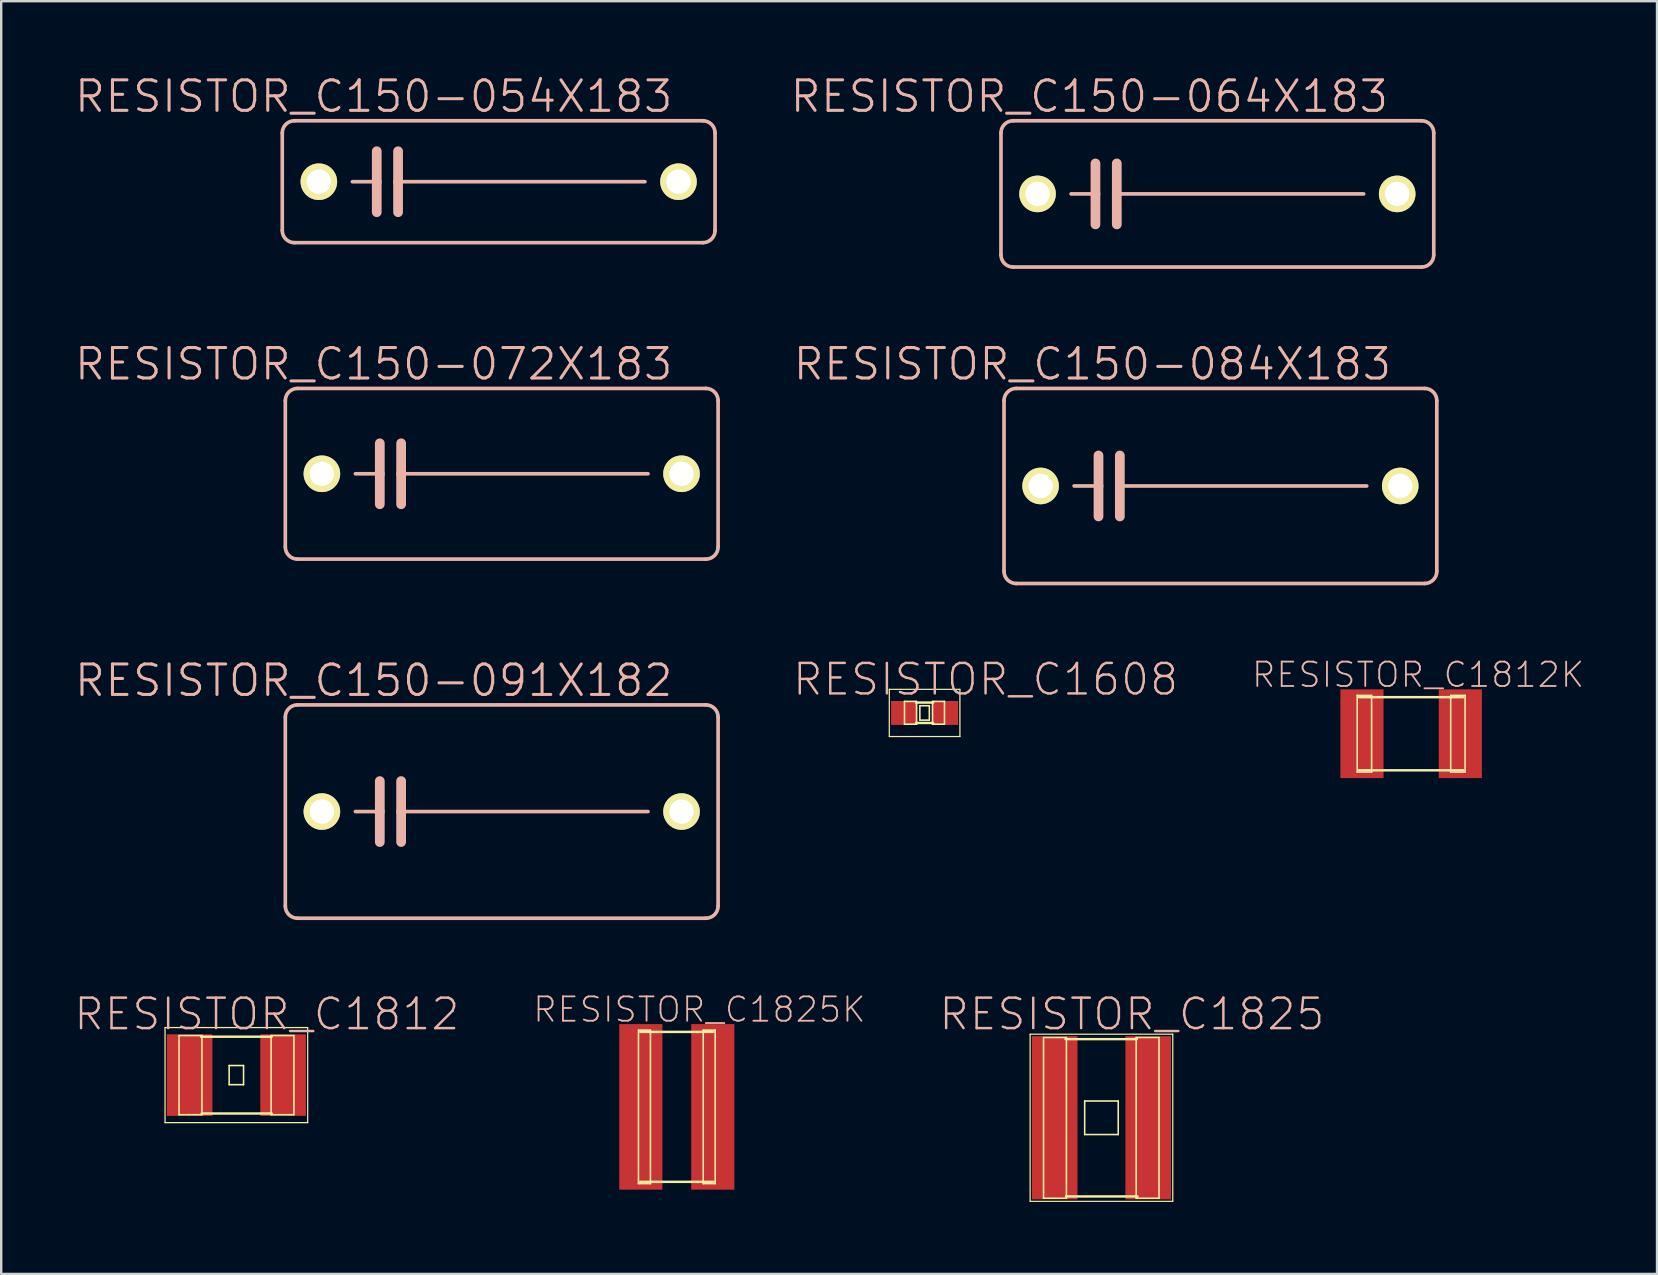
<source format=kicad_pcb>
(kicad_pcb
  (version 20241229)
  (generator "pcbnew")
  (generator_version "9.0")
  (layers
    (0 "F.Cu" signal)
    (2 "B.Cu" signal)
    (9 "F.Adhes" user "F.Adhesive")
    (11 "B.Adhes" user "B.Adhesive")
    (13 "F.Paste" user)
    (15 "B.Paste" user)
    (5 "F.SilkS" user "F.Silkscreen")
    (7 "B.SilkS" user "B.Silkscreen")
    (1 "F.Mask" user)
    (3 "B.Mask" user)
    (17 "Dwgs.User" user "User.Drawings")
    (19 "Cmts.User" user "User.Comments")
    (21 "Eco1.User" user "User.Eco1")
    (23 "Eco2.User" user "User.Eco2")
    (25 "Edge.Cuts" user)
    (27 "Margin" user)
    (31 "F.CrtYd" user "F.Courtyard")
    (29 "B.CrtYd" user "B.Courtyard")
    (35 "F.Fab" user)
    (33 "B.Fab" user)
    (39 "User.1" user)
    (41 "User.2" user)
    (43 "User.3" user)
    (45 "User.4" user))
  (footprint "RESISTOR_C150-054X183"
    (layer "F.Cu")
    (at 17.729 4.522)
    (property "Reference" "RESISTOR_C150-054X183" (at -5.207 -3.556 0) (layer "B.SilkS") (effects (font (size 1.27 1.27) (thickness 0.127))))
    (attr exclude_from_pos_files exclude_from_bom)
    (fp_line (start -9.017 2.032) (end -9.017 -2.032) (stroke (width 0.152) (type solid)) (layer "B.SilkS"))
    (fp_line (start -8.509 -2.54) (end 8.509 -2.54) (stroke (width 0.152) (type solid)) (layer "B.SilkS"))
    (fp_line (start -5.08 -1.27) (end -5.08 0) (stroke (width 0.406) (type solid)) (layer "B.SilkS"))
    (fp_line (start -5.08 0) (end -6.096 0) (stroke (width 0.152) (type solid)) (layer "B.SilkS"))
    (fp_line (start -5.08 0) (end -5.08 1.27) (stroke (width 0.406) (type solid)) (layer "B.SilkS"))
    (fp_line (start -4.191 -1.27) (end -4.191 0) (stroke (width 0.406) (type solid)) (layer "B.SilkS"))
    (fp_line (start -4.191 0) (end -4.191 1.27) (stroke (width 0.406) (type solid)) (layer "B.SilkS"))
    (fp_line (start -4.191 0) (end 6.096 0) (stroke (width 0.152) (type solid)) (layer "B.SilkS"))
    (fp_line (start 8.509 2.54) (end -8.509 2.54) (stroke (width 0.152) (type solid)) (layer "B.SilkS"))
    (fp_line (start 9.017 -2.032) (end 9.017 2.032) (stroke (width 0.152) (type solid)) (layer "B.SilkS"))
    (fp_arc (start -9.017 -2.032) (mid -8.86821 -2.39121) (end -8.509 -2.54) (stroke (width 0.1524) (type solid)) (layer "B.SilkS"))
    (fp_arc (start -8.509 2.54) (mid -8.86821 2.39121) (end -9.017 2.032) (stroke (width 0.1524) (type solid)) (layer "B.SilkS"))
    (fp_arc (start 8.509 -2.54) (mid 8.86821 -2.39121) (end 9.017 -2.032) (stroke (width 0.1524) (type solid)) (layer "B.SilkS"))
    (fp_arc (start 9.017 2.032) (mid 8.86821 2.39121) (end 8.509 2.54) (stroke (width 0.1524) (type solid)) (layer "B.SilkS"))
    (pad "1" thru_hole circle (at -7.493 0) (size 1.524 1.524) (drill 1.016) (layers "*.Cu" "F.Mask" "F.SilkS" "F.Paste"))
    (pad "2" thru_hole circle (at 7.493 0) (size 1.524 1.524) (drill 1.016) (layers "*.Cu" "F.Mask" "F.SilkS" "F.Paste")))
  (footprint "RESISTOR_C1825K"
    (layer "F.Cu")
    (at 25.153 43.073)
    (property "Reference" "RESISTOR_C1825K" (at 0.94 -4.056 0) (layer "B.SilkS") (effects (font (size 1.016 1.016) (thickness 0.076))))
    (attr smd)
    (fp_line (start -1.598 -3.198) (end -1.1 -3.198) (stroke (width 0.066) (type solid)) (layer "F.SilkS"))
    (fp_line (start -1.598 3.198) (end -1.598 -3.198) (stroke (width 0.066) (type solid)) (layer "F.SilkS"))
    (fp_line (start -1.598 3.198) (end -1.1 3.198) (stroke (width 0.066) (type solid)) (layer "F.SilkS"))
    (fp_line (start -1.524 -3.124) (end 1.524 -3.124) (stroke (width 0.102) (type solid)) (layer "F.SilkS"))
    (fp_line (start -1.1 3.198) (end -1.1 -3.198) (stroke (width 0.066) (type solid)) (layer "F.SilkS"))
    (fp_line (start 1.1 -3.198) (end 1.598 -3.198) (stroke (width 0.066) (type solid)) (layer "F.SilkS"))
    (fp_line (start 1.1 3.198) (end 1.1 -3.198) (stroke (width 0.066) (type solid)) (layer "F.SilkS"))
    (fp_line (start 1.1 3.198) (end 1.598 3.198) (stroke (width 0.066) (type solid)) (layer "F.SilkS"))
    (fp_line (start 1.524 3.124) (end -1.524 3.124) (stroke (width 0.102) (type solid)) (layer "F.SilkS"))
    (fp_line (start 1.598 3.198) (end 1.598 -3.198) (stroke (width 0.066) (type solid)) (layer "F.SilkS"))
    (pad "1" smd rect (at -1.499 0) (size 1.798 6.899) (layers "F.Cu" "F.Mask" "F.Paste"))
    (pad "2" smd rect (at 1.499 0) (size 1.798 6.899) (layers "F.Cu" "F.Mask" "F.Paste")))
  (footprint "RESISTOR_C1812K"
    (layer "F.Cu")
    (at 55.752 27.524)
    (property "Reference" "RESISTOR_C1812K" (at 0.29 -2.456 0) (layer "B.SilkS") (effects (font (size 1.016 1.016) (thickness 0.076))))
    (attr smd)
    (fp_line (start -2.248 -1.598) (end -1.648 -1.598) (stroke (width 0.066) (type solid)) (layer "F.SilkS"))
    (fp_line (start -2.248 1.598) (end -2.248 -1.598) (stroke (width 0.066) (type solid)) (layer "F.SilkS"))
    (fp_line (start -2.248 1.598) (end -1.648 1.598) (stroke (width 0.066) (type solid)) (layer "F.SilkS"))
    (fp_line (start -2.174 -1.524) (end 2.174 -1.524) (stroke (width 0.102) (type solid)) (layer "F.SilkS"))
    (fp_line (start -1.648 1.598) (end -1.648 -1.598) (stroke (width 0.066) (type solid)) (layer "F.SilkS"))
    (fp_line (start 1.648 -1.598) (end 2.248 -1.598) (stroke (width 0.066) (type solid)) (layer "F.SilkS"))
    (fp_line (start 1.648 1.598) (end 1.648 -1.598) (stroke (width 0.066) (type solid)) (layer "F.SilkS"))
    (fp_line (start 1.648 1.598) (end 2.248 1.598) (stroke (width 0.066) (type solid)) (layer "F.SilkS"))
    (fp_line (start 2.174 1.524) (end -2.174 1.524) (stroke (width 0.102) (type solid)) (layer "F.SilkS"))
    (fp_line (start 2.248 1.598) (end 2.248 -1.598) (stroke (width 0.066) (type solid)) (layer "F.SilkS"))
    (pad "1" smd rect (at -2.05 0) (size 1.798 3.698) (layers "F.Cu" "F.Mask" "F.Paste"))
    (pad "2" smd rect (at 2.05 0) (size 1.798 3.698) (layers "F.Cu" "F.Mask" "F.Paste")))
  (footprint "RESISTOR_C150-084X183"
    (layer "F.Cu")
    (at 47.804 17.2)
    (property "Reference" "RESISTOR_C150-084X183" (at -5.334 -5.08 0) (layer "B.SilkS") (effects (font (size 1.27 1.27) (thickness 0.127))))
    (attr exclude_from_pos_files exclude_from_bom)
    (fp_line (start -9.017 3.556) (end -9.017 -3.556) (stroke (width 0.152) (type solid)) (layer "B.SilkS"))
    (fp_line (start -8.509 -4.064) (end 8.509 -4.064) (stroke (width 0.152) (type solid)) (layer "B.SilkS"))
    (fp_line (start -5.08 -1.27) (end -5.08 0) (stroke (width 0.406) (type solid)) (layer "B.SilkS"))
    (fp_line (start -5.08 0) (end -6.096 0) (stroke (width 0.152) (type solid)) (layer "B.SilkS"))
    (fp_line (start -5.08 0) (end -5.08 1.27) (stroke (width 0.406) (type solid)) (layer "B.SilkS"))
    (fp_line (start -4.191 -1.27) (end -4.191 0) (stroke (width 0.406) (type solid)) (layer "B.SilkS"))
    (fp_line (start -4.191 0) (end -4.191 1.27) (stroke (width 0.406) (type solid)) (layer "B.SilkS"))
    (fp_line (start -4.191 0) (end 6.096 0) (stroke (width 0.152) (type solid)) (layer "B.SilkS"))
    (fp_line (start 8.509 4.064) (end -8.509 4.064) (stroke (width 0.152) (type solid)) (layer "B.SilkS"))
    (fp_line (start 9.017 -3.556) (end 9.017 3.556) (stroke (width 0.152) (type solid)) (layer "B.SilkS"))
    (fp_arc (start -9.017 -3.556) (mid -8.86821 -3.91521) (end -8.509 -4.064) (stroke (width 0.1524) (type solid)) (layer "B.SilkS"))
    (fp_arc (start -8.509 4.064) (mid -8.86821 3.91521) (end -9.017 3.556) (stroke (width 0.1524) (type solid)) (layer "B.SilkS"))
    (fp_arc (start 8.509 -4.064) (mid 8.86821 -3.91521) (end 9.017 -3.556) (stroke (width 0.1524) (type solid)) (layer "B.SilkS"))
    (fp_arc (start 9.017 3.556) (mid 8.86821 3.91521) (end 8.509 4.064) (stroke (width 0.1524) (type solid)) (layer "B.SilkS"))
    (pad "1" thru_hole circle (at -7.493 0) (size 1.524 1.524) (drill 1.016) (layers "*.Cu" "F.Mask" "F.SilkS" "F.Paste"))
    (pad "2" thru_hole circle (at 7.493 0) (size 1.524 1.524) (drill 1.016) (layers "*.Cu" "F.Mask" "F.SilkS" "F.Paste")))
  (footprint "RESISTOR_C1825"
    (layer "F.Cu")
    (at 42.847 43.527)
    (property "Reference" "RESISTOR_C1825" (at 1.27 -4.318 0) (layer "B.SilkS") (effects (font (size 1.27 1.27) (thickness 0.102))))
    (attr smd)
    (fp_line (start -2.972 -3.482) (end 2.972 -3.482) (stroke (width 0.051) (type solid)) (layer "F.SilkS"))
    (fp_line (start -2.972 3.482) (end -2.972 -3.482) (stroke (width 0.051) (type solid)) (layer "F.SilkS"))
    (fp_line (start -2.413 -3.345) (end -1.46 -3.345) (stroke (width 0.066) (type solid)) (layer "F.SilkS"))
    (fp_line (start -2.413 3.353) (end -2.413 -3.345) (stroke (width 0.066) (type solid)) (layer "F.SilkS"))
    (fp_line (start -2.413 3.353) (end -1.46 3.353) (stroke (width 0.066) (type solid)) (layer "F.SilkS"))
    (fp_line (start -1.499 -3.277) (end 1.473 -3.277) (stroke (width 0.102) (type solid)) (layer "F.SilkS"))
    (fp_line (start -1.473 3.277) (end 1.499 3.277) (stroke (width 0.102) (type solid)) (layer "F.SilkS"))
    (fp_line (start -1.46 3.353) (end -1.46 -3.345) (stroke (width 0.066) (type solid)) (layer "F.SilkS"))
    (fp_line (start -0.699 -0.699) (end 0.699 -0.699) (stroke (width 0.066) (type solid)) (layer "F.SilkS"))
    (fp_line (start -0.699 0.699) (end -0.699 -0.699) (stroke (width 0.066) (type solid)) (layer "F.SilkS"))
    (fp_line (start -0.699 0.699) (end 0.699 0.699) (stroke (width 0.066) (type solid)) (layer "F.SilkS"))
    (fp_line (start 0.699 0.699) (end 0.699 -0.699) (stroke (width 0.066) (type solid)) (layer "F.SilkS"))
    (fp_line (start 1.448 -3.345) (end 2.398 -3.345) (stroke (width 0.066) (type solid)) (layer "F.SilkS"))
    (fp_line (start 1.448 3.353) (end 1.448 -3.345) (stroke (width 0.066) (type solid)) (layer "F.SilkS"))
    (fp_line (start 1.448 3.353) (end 2.398 3.353) (stroke (width 0.066) (type solid)) (layer "F.SilkS"))
    (fp_line (start 2.398 3.353) (end 2.398 -3.345) (stroke (width 0.066) (type solid)) (layer "F.SilkS"))
    (fp_line (start 2.972 -3.482) (end 2.972 3.482) (stroke (width 0.051) (type solid)) (layer "F.SilkS"))
    (fp_line (start 2.972 3.482) (end -2.972 3.482) (stroke (width 0.051) (type solid)) (layer "F.SilkS"))
    (pad "1" smd rect (at -1.948 0) (size 1.9 6.8) (layers "F.Cu" "F.Mask" "F.Paste"))
    (pad "2" smd rect (at 1.948 0) (size 1.9 6.8) (layers "F.Cu" "F.Mask" "F.Paste")))
  (footprint "RESISTOR_C150-072X183"
    (layer "F.Cu")
    (at 17.856 16.692)
    (property "Reference" "RESISTOR_C150-072X183" (at -5.334 -4.572 0) (layer "B.SilkS") (effects (font (size 1.27 1.27) (thickness 0.127))))
    (attr exclude_from_pos_files exclude_from_bom)
    (fp_line (start -9.017 3.048) (end -9.017 -3.048) (stroke (width 0.152) (type solid)) (layer "B.SilkS"))
    (fp_line (start -8.509 -3.556) (end 8.509 -3.556) (stroke (width 0.152) (type solid)) (layer "B.SilkS"))
    (fp_line (start -5.08 -1.27) (end -5.08 0) (stroke (width 0.406) (type solid)) (layer "B.SilkS"))
    (fp_line (start -5.08 0) (end -6.096 0) (stroke (width 0.152) (type solid)) (layer "B.SilkS"))
    (fp_line (start -5.08 0) (end -5.08 1.27) (stroke (width 0.406) (type solid)) (layer "B.SilkS"))
    (fp_line (start -4.191 -1.27) (end -4.191 0) (stroke (width 0.406) (type solid)) (layer "B.SilkS"))
    (fp_line (start -4.191 0) (end -4.191 1.27) (stroke (width 0.406) (type solid)) (layer "B.SilkS"))
    (fp_line (start -4.191 0) (end 6.096 0) (stroke (width 0.152) (type solid)) (layer "B.SilkS"))
    (fp_line (start 8.509 3.556) (end -8.509 3.556) (stroke (width 0.152) (type solid)) (layer "B.SilkS"))
    (fp_line (start 9.017 -3.048) (end 9.017 3.048) (stroke (width 0.152) (type solid)) (layer "B.SilkS"))
    (fp_arc (start -9.017 -3.048) (mid -8.86821 -3.40721) (end -8.509 -3.556) (stroke (width 0.1524) (type solid)) (layer "B.SilkS"))
    (fp_arc (start -8.509 3.556) (mid -8.86821 3.40721) (end -9.017 3.048) (stroke (width 0.1524) (type solid)) (layer "B.SilkS"))
    (fp_arc (start 8.509 -3.556) (mid 8.86821 -3.40721) (end 9.017 -3.048) (stroke (width 0.1524) (type solid)) (layer "B.SilkS"))
    (fp_arc (start 9.017 3.048) (mid 8.86821 3.40721) (end 8.509 3.556) (stroke (width 0.1524) (type solid)) (layer "B.SilkS"))
    (pad "1" thru_hole circle (at -7.493 0) (size 1.524 1.524) (drill 1.016) (layers "*.Cu" "F.Mask" "F.SilkS" "F.Paste"))
    (pad "2" thru_hole circle (at 7.493 0) (size 1.524 1.524) (drill 1.016) (layers "*.Cu" "F.Mask" "F.SilkS" "F.Paste")))
  (footprint "RESISTOR_C1608"
    (layer "F.Cu")
    (at 35.478 26.658)
    (property "Reference" "RESISTOR_C1608" (at 2.54 -1.397 0) (layer "B.SilkS") (effects (font (size 1.27 1.27) (thickness 0.102))))
    (attr smd)
    (fp_line (start -1.471 -0.983) (end 1.471 -0.983) (stroke (width 0.051) (type solid)) (layer "F.SilkS"))
    (fp_line (start -1.471 0.983) (end -1.471 -0.983) (stroke (width 0.051) (type solid)) (layer "F.SilkS"))
    (fp_line (start -0.838 -0.48) (end -0.338 -0.48) (stroke (width 0.066) (type solid)) (layer "F.SilkS"))
    (fp_line (start -0.838 0.47) (end -0.838 -0.48) (stroke (width 0.066) (type solid)) (layer "F.SilkS"))
    (fp_line (start -0.838 0.47) (end -0.338 0.47) (stroke (width 0.066) (type solid)) (layer "F.SilkS"))
    (fp_line (start -0.356 -0.432) (end 0.356 -0.432) (stroke (width 0.102) (type solid)) (layer "F.SilkS"))
    (fp_line (start -0.356 0.417) (end 0.356 0.417) (stroke (width 0.102) (type solid)) (layer "F.SilkS"))
    (fp_line (start -0.338 0.47) (end -0.338 -0.48) (stroke (width 0.066) (type solid)) (layer "F.SilkS"))
    (fp_line (start -0.198 -0.3) (end 0.198 -0.3) (stroke (width 0.066) (type solid)) (layer "F.SilkS"))
    (fp_line (start -0.198 0.3) (end -0.198 -0.3) (stroke (width 0.066) (type solid)) (layer "F.SilkS"))
    (fp_line (start -0.198 0.3) (end 0.198 0.3) (stroke (width 0.066) (type solid)) (layer "F.SilkS"))
    (fp_line (start 0.198 0.3) (end 0.198 -0.3) (stroke (width 0.066) (type solid)) (layer "F.SilkS"))
    (fp_line (start 0.33 -0.48) (end 0.828 -0.48) (stroke (width 0.066) (type solid)) (layer "F.SilkS"))
    (fp_line (start 0.33 0.47) (end 0.33 -0.48) (stroke (width 0.066) (type solid)) (layer "F.SilkS"))
    (fp_line (start 0.33 0.47) (end 0.828 0.47) (stroke (width 0.066) (type solid)) (layer "F.SilkS"))
    (fp_line (start 0.828 0.47) (end 0.828 -0.48) (stroke (width 0.066) (type solid)) (layer "F.SilkS"))
    (fp_line (start 1.471 -0.983) (end 1.471 0.983) (stroke (width 0.051) (type solid)) (layer "F.SilkS"))
    (fp_line (start 1.471 0.983) (end -1.471 0.983) (stroke (width 0.051) (type solid)) (layer "F.SilkS"))
    (pad "1" smd rect (at -0.848 0) (size 1.1 0.998) (layers "F.Cu" "F.Mask" "F.Paste"))
    (pad "2" smd rect (at 0.848 0) (size 1.1 0.998) (layers "F.Cu" "F.Mask" "F.Paste")))
  (footprint "RESISTOR_C150-091X182"
    (layer "F.Cu")
    (at 17.856 30.767)
    (property "Reference" "RESISTOR_C150-091X182" (at -5.334 -5.461 0) (layer "B.SilkS") (effects (font (size 1.27 1.27) (thickness 0.127))))
    (attr exclude_from_pos_files exclude_from_bom)
    (fp_line (start -9.017 3.937) (end -9.017 -3.937) (stroke (width 0.152) (type solid)) (layer "B.SilkS"))
    (fp_line (start -8.509 -4.445) (end 8.509 -4.445) (stroke (width 0.152) (type solid)) (layer "B.SilkS"))
    (fp_line (start -5.08 -1.27) (end -5.08 0) (stroke (width 0.406) (type solid)) (layer "B.SilkS"))
    (fp_line (start -5.08 0) (end -6.096 0) (stroke (width 0.152) (type solid)) (layer "B.SilkS"))
    (fp_line (start -5.08 0) (end -5.08 1.27) (stroke (width 0.406) (type solid)) (layer "B.SilkS"))
    (fp_line (start -4.191 -1.27) (end -4.191 0) (stroke (width 0.406) (type solid)) (layer "B.SilkS"))
    (fp_line (start -4.191 0) (end -4.191 1.27) (stroke (width 0.406) (type solid)) (layer "B.SilkS"))
    (fp_line (start -4.191 0) (end 6.096 0) (stroke (width 0.152) (type solid)) (layer "B.SilkS"))
    (fp_line (start 8.509 4.445) (end -8.509 4.445) (stroke (width 0.152) (type solid)) (layer "B.SilkS"))
    (fp_line (start 9.017 -3.937) (end 9.017 3.937) (stroke (width 0.152) (type solid)) (layer "B.SilkS"))
    (fp_arc (start -9.017 -3.937) (mid -8.86821 -4.29621) (end -8.509 -4.445) (stroke (width 0.1524) (type solid)) (layer "B.SilkS"))
    (fp_arc (start -8.509 4.445) (mid -8.86821 4.29621) (end -9.017 3.937) (stroke (width 0.1524) (type solid)) (layer "B.SilkS"))
    (fp_arc (start 8.509 -4.445) (mid 8.86821 -4.29621) (end 9.017 -3.937) (stroke (width 0.1524) (type solid)) (layer "B.SilkS"))
    (fp_arc (start 9.017 3.937) (mid 8.86821 4.29621) (end 8.509 4.445) (stroke (width 0.1524) (type solid)) (layer "B.SilkS"))
    (pad "1" thru_hole circle (at -7.493 0) (size 1.524 1.524) (drill 1.016) (layers "*.Cu" "F.Mask" "F.SilkS" "F.Paste"))
    (pad "2" thru_hole circle (at 7.493 0) (size 1.524 1.524) (drill 1.016) (layers "*.Cu" "F.Mask" "F.SilkS" "F.Paste")))
  (footprint "RESISTOR_C1812"
    (layer "F.Cu")
    (at 6.799 41.749)
    (property "Reference" "RESISTOR_C1812" (at 1.27 -2.54 0) (layer "B.SilkS") (effects (font (size 1.27 1.27) (thickness 0.102))))
    (attr smd)
    (fp_line (start -2.972 -1.981) (end 2.972 -1.981) (stroke (width 0.051) (type solid)) (layer "F.SilkS"))
    (fp_line (start -2.972 1.981) (end -2.972 -1.981) (stroke (width 0.051) (type solid)) (layer "F.SilkS"))
    (fp_line (start -2.388 -1.648) (end -1.435 -1.648) (stroke (width 0.066) (type solid)) (layer "F.SilkS"))
    (fp_line (start -2.388 1.651) (end -2.388 -1.648) (stroke (width 0.066) (type solid)) (layer "F.SilkS"))
    (fp_line (start -2.388 1.651) (end -1.435 1.651) (stroke (width 0.066) (type solid)) (layer "F.SilkS"))
    (fp_line (start -1.473 -1.6) (end 1.473 -1.6) (stroke (width 0.102) (type solid)) (layer "F.SilkS"))
    (fp_line (start -1.448 1.6) (end 1.473 1.6) (stroke (width 0.102) (type solid)) (layer "F.SilkS"))
    (fp_line (start -1.435 1.651) (end -1.435 -1.648) (stroke (width 0.066) (type solid)) (layer "F.SilkS"))
    (fp_line (start -0.3 -0.399) (end 0.3 -0.399) (stroke (width 0.066) (type solid)) (layer "F.SilkS"))
    (fp_line (start -0.3 0.399) (end -0.3 -0.399) (stroke (width 0.066) (type solid)) (layer "F.SilkS"))
    (fp_line (start -0.3 0.399) (end 0.3 0.399) (stroke (width 0.066) (type solid)) (layer "F.SilkS"))
    (fp_line (start 0.3 0.399) (end 0.3 -0.399) (stroke (width 0.066) (type solid)) (layer "F.SilkS"))
    (fp_line (start 1.448 -1.648) (end 2.398 -1.648) (stroke (width 0.066) (type solid)) (layer "F.SilkS"))
    (fp_line (start 1.448 1.651) (end 1.448 -1.648) (stroke (width 0.066) (type solid)) (layer "F.SilkS"))
    (fp_line (start 1.448 1.651) (end 2.398 1.651) (stroke (width 0.066) (type solid)) (layer "F.SilkS"))
    (fp_line (start 2.398 1.651) (end 2.398 -1.648) (stroke (width 0.066) (type solid)) (layer "F.SilkS"))
    (fp_line (start 2.972 -1.981) (end 2.972 1.981) (stroke (width 0.051) (type solid)) (layer "F.SilkS"))
    (fp_line (start 2.972 1.981) (end -2.972 1.981) (stroke (width 0.051) (type solid)) (layer "F.SilkS"))
    (pad "1" smd rect (at -1.948 0) (size 1.9 3.399) (layers "F.Cu" "F.Mask" "F.Paste"))
    (pad "2" smd rect (at 1.948 0) (size 1.9 3.399) (layers "F.Cu" "F.Mask" "F.Paste")))
  (footprint "RESISTOR_C150-064X183"
    (layer "F.Cu")
    (at 47.677 5.03)
    (property "Reference" "RESISTOR_C150-064X183" (at -5.334 -4.064 0) (layer "B.SilkS") (effects (font (size 1.27 1.27) (thickness 0.127))))
    (attr exclude_from_pos_files exclude_from_bom)
    (fp_line (start -9.017 2.54) (end -9.017 -2.54) (stroke (width 0.152) (type solid)) (layer "B.SilkS"))
    (fp_line (start -8.509 -3.048) (end 8.509 -3.048) (stroke (width 0.152) (type solid)) (layer "B.SilkS"))
    (fp_line (start -5.08 -1.27) (end -5.08 0) (stroke (width 0.406) (type solid)) (layer "B.SilkS"))
    (fp_line (start -5.08 0) (end -6.096 0) (stroke (width 0.152) (type solid)) (layer "B.SilkS"))
    (fp_line (start -5.08 0) (end -5.08 1.27) (stroke (width 0.406) (type solid)) (layer "B.SilkS"))
    (fp_line (start -4.191 -1.27) (end -4.191 0) (stroke (width 0.406) (type solid)) (layer "B.SilkS"))
    (fp_line (start -4.191 0) (end -4.191 1.27) (stroke (width 0.406) (type solid)) (layer "B.SilkS"))
    (fp_line (start -4.191 0) (end 6.096 0) (stroke (width 0.152) (type solid)) (layer "B.SilkS"))
    (fp_line (start 8.509 3.048) (end -8.509 3.048) (stroke (width 0.152) (type solid)) (layer "B.SilkS"))
    (fp_line (start 9.017 -2.54) (end 9.017 2.54) (stroke (width 0.152) (type solid)) (layer "B.SilkS"))
    (fp_arc (start -9.017 -2.54) (mid -8.86821 -2.89921) (end -8.509 -3.048) (stroke (width 0.1524) (type solid)) (layer "B.SilkS"))
    (fp_arc (start -8.509 3.048) (mid -8.86821 2.89921) (end -9.017 2.54) (stroke (width 0.1524) (type solid)) (layer "B.SilkS"))
    (fp_arc (start 8.509 -3.048) (mid 8.86821 -2.89921) (end 9.017 -2.54) (stroke (width 0.1524) (type solid)) (layer "B.SilkS"))
    (fp_arc (start 9.017 2.54) (mid 8.86821 2.89921) (end 8.509 3.048) (stroke (width 0.1524) (type solid)) (layer "B.SilkS"))
    (pad "1" thru_hole circle (at -7.493 0) (size 1.524 1.524) (drill 1.016) (layers "*.Cu" "F.Mask" "F.SilkS" "F.Paste"))
    (pad "2" thru_hole circle (at 7.493 0) (size 1.524 1.524) (drill 1.016) (layers "*.Cu" "F.Mask" "F.SilkS" "F.Paste")))
  (gr_rect
    (start -3 -3)
    (end 65.997 50.035)
    (stroke (width 0.1) (type default))
    (fill no)
    (layer "Edge.Cuts")))
</source>
